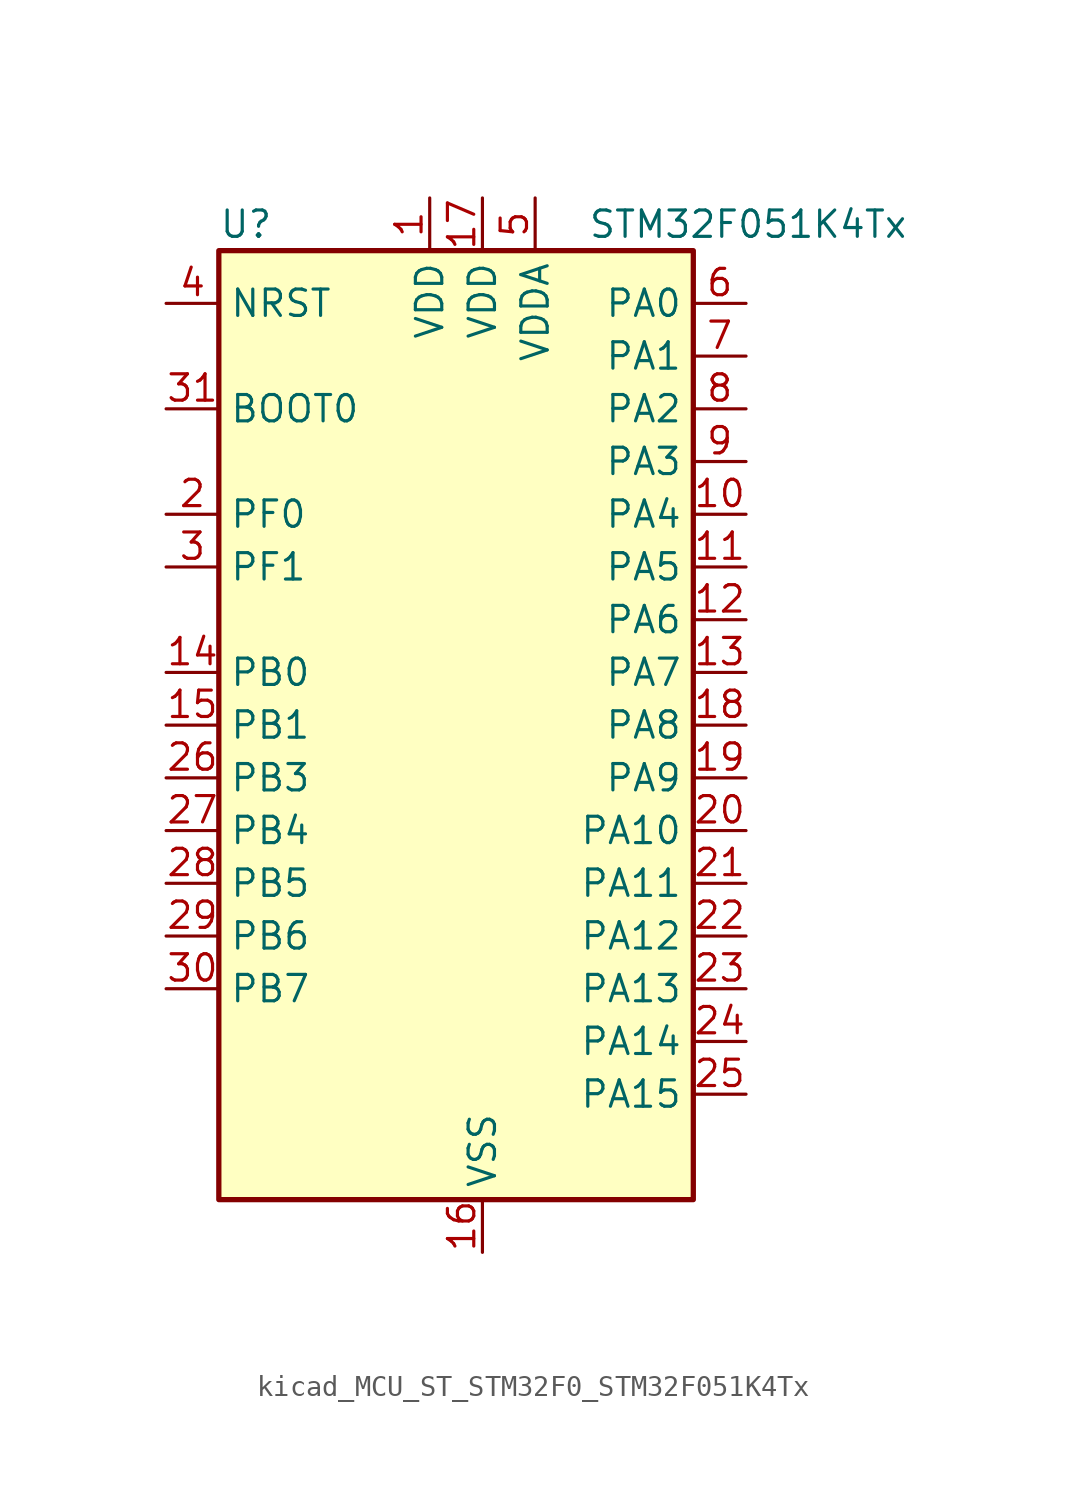
<source format=kicad_sym>
(kicad_symbol_lib
  (version 20220914)
  (generator kicad_symbol_editor)
  (symbol "kicad_MCU_ST_STM32F0_STM32F051K4Tx"
    (property "Reference" "U"
      (at -10.16 24.13 0)
      (effects (font (size 1.27 1.27)) (justify left)))
    (property "Value" "STM32F051K4Tx"
      (at 7.62 24.13 0)
      (effects (font (size 1.27 1.27)) (justify left)))
    (property "ki_locked" ""
      (at 0 0 0)
      (effects (font (size 1.27 1.27))))
    (symbol "kicad_MCU_ST_STM32F0_STM32F051K4Tx_0_1"
      (rectangle (start -10.16 -22.86) (end 12.7 22.86) (stroke (width 0.254) (type default)) (fill (type background))))
    (symbol "kicad_MCU_ST_STM32F0_STM32F051K4Tx_1_1"
      (pin power_in line (at 0 25.4 270) (length 2.54) (name "VDD" (effects (font (size 1.27 1.27)))) (number "1" (effects (font (size 1.27 1.27)))))
      (pin bidirectional line (at 15.24 10.16 180) (length 2.54) (name "PA4" (effects (font (size 1.27 1.27)))) (number "10" (effects (font (size 1.27 1.27)))) (alternate "ADC_IN4" bidirectional line) (alternate "COMP1_INM" bidirectional line) (alternate "COMP2_INM" bidirectional line) (alternate "DAC1_OUT1" bidirectional line) (alternate "I2S1_WS" bidirectional line) (alternate "SPI1_NSS" bidirectional line) (alternate "TIM14_CH1" bidirectional line) (alternate "TSC_G2_IO1" bidirectional line))
      (pin bidirectional line (at 15.24 7.62 180) (length 2.54) (name "PA5" (effects (font (size 1.27 1.27)))) (number "11" (effects (font (size 1.27 1.27)))) (alternate "ADC_IN5" bidirectional line) (alternate "CEC" bidirectional line) (alternate "COMP1_INM" bidirectional line) (alternate "COMP2_INM" bidirectional line) (alternate "I2S1_CK" bidirectional line) (alternate "SPI1_SCK" bidirectional line) (alternate "TIM2_CH1" bidirectional line) (alternate "TIM2_ETR" bidirectional line) (alternate "TSC_G2_IO2" bidirectional line))
      (pin bidirectional line (at 15.24 5.08 180) (length 2.54) (name "PA6" (effects (font (size 1.27 1.27)))) (number "12" (effects (font (size 1.27 1.27)))) (alternate "ADC_IN6" bidirectional line) (alternate "COMP1_OUT" bidirectional line) (alternate "I2S1_MCK" bidirectional line) (alternate "SPI1_MISO" bidirectional line) (alternate "TIM16_CH1" bidirectional line) (alternate "TIM1_BKIN" bidirectional line) (alternate "TIM3_CH1" bidirectional line) (alternate "TSC_G2_IO3" bidirectional line))
      (pin bidirectional line (at 15.24 2.54 180) (length 2.54) (name "PA7" (effects (font (size 1.27 1.27)))) (number "13" (effects (font (size 1.27 1.27)))) (alternate "ADC_IN7" bidirectional line) (alternate "COMP2_OUT" bidirectional line) (alternate "I2S1_SD" bidirectional line) (alternate "SPI1_MOSI" bidirectional line) (alternate "TIM14_CH1" bidirectional line) (alternate "TIM17_CH1" bidirectional line) (alternate "TIM1_CH1N" bidirectional line) (alternate "TIM3_CH2" bidirectional line) (alternate "TSC_G2_IO4" bidirectional line))
      (pin bidirectional line (at -12.7 2.54 0) (length 2.54) (name "PB0" (effects (font (size 1.27 1.27)))) (number "14" (effects (font (size 1.27 1.27)))) (alternate "ADC_IN8" bidirectional line) (alternate "TIM1_CH2N" bidirectional line) (alternate "TIM3_CH3" bidirectional line) (alternate "TSC_G3_IO2" bidirectional line))
      (pin bidirectional line (at -12.7 0 0) (length 2.54) (name "PB1" (effects (font (size 1.27 1.27)))) (number "15" (effects (font (size 1.27 1.27)))) (alternate "ADC_IN9" bidirectional line) (alternate "TIM14_CH1" bidirectional line) (alternate "TIM1_CH3N" bidirectional line) (alternate "TIM3_CH4" bidirectional line) (alternate "TSC_G3_IO3" bidirectional line))
      (pin power_in line (at 2.54 -25.4 90) (length 2.54) (name "VSS" (effects (font (size 1.27 1.27)))) (number "16" (effects (font (size 1.27 1.27)))))
      (pin power_in line (at 2.54 25.4 270) (length 2.54) (name "VDD" (effects (font (size 1.27 1.27)))) (number "17" (effects (font (size 1.27 1.27)))))
      (pin bidirectional line (at 15.24 0 180) (length 2.54) (name "PA8" (effects (font (size 1.27 1.27)))) (number "18" (effects (font (size 1.27 1.27)))) (alternate "RCC_MCO" bidirectional line) (alternate "TIM1_CH1" bidirectional line) (alternate "USART1_CK" bidirectional line))
      (pin bidirectional line (at 15.24 -2.54 180) (length 2.54) (name "PA9" (effects (font (size 1.27 1.27)))) (number "19" (effects (font (size 1.27 1.27)))) (alternate "DAC1_EXTI9" bidirectional line) (alternate "TIM15_BKIN" bidirectional line) (alternate "TIM1_CH2" bidirectional line) (alternate "TSC_G4_IO1" bidirectional line) (alternate "USART1_TX" bidirectional line))
      (pin bidirectional line (at -12.7 10.16 0) (length 2.54) (name "PF0" (effects (font (size 1.27 1.27)))) (number "2" (effects (font (size 1.27 1.27)))) (alternate "RCC_OSC_IN" bidirectional line))
      (pin bidirectional line (at 15.24 -5.08 180) (length 2.54) (name "PA10" (effects (font (size 1.27 1.27)))) (number "20" (effects (font (size 1.27 1.27)))) (alternate "TIM17_BKIN" bidirectional line) (alternate "TIM1_CH3" bidirectional line) (alternate "TSC_G4_IO2" bidirectional line) (alternate "USART1_RX" bidirectional line))
      (pin bidirectional line (at 15.24 -7.62 180) (length 2.54) (name "PA11" (effects (font (size 1.27 1.27)))) (number "21" (effects (font (size 1.27 1.27)))) (alternate "COMP1_OUT" bidirectional line) (alternate "TIM1_CH4" bidirectional line) (alternate "TSC_G4_IO3" bidirectional line) (alternate "USART1_CTS" bidirectional line))
      (pin bidirectional line (at 15.24 -10.16 180) (length 2.54) (name "PA12" (effects (font (size 1.27 1.27)))) (number "22" (effects (font (size 1.27 1.27)))) (alternate "COMP2_OUT" bidirectional line) (alternate "TIM1_ETR" bidirectional line) (alternate "TSC_G4_IO4" bidirectional line) (alternate "USART1_DE" bidirectional line) (alternate "USART1_RTS" bidirectional line))
      (pin bidirectional line (at 15.24 -12.7 180) (length 2.54) (name "PA13" (effects (font (size 1.27 1.27)))) (number "23" (effects (font (size 1.27 1.27)))) (alternate "IR_OUT" bidirectional line) (alternate "SYS_SWDIO" bidirectional line))
      (pin bidirectional line (at 15.24 -15.24 180) (length 2.54) (name "PA14" (effects (font (size 1.27 1.27)))) (number "24" (effects (font (size 1.27 1.27)))) (alternate "SYS_SWCLK" bidirectional line))
      (pin bidirectional line (at 15.24 -17.78 180) (length 2.54) (name "PA15" (effects (font (size 1.27 1.27)))) (number "25" (effects (font (size 1.27 1.27)))) (alternate "I2S1_WS" bidirectional line) (alternate "SPI1_NSS" bidirectional line) (alternate "TIM2_CH1" bidirectional line) (alternate "TIM2_ETR" bidirectional line))
      (pin bidirectional line (at -12.7 -2.54 0) (length 2.54) (name "PB3" (effects (font (size 1.27 1.27)))) (number "26" (effects (font (size 1.27 1.27)))) (alternate "I2S1_CK" bidirectional line) (alternate "SPI1_SCK" bidirectional line) (alternate "TIM2_CH2" bidirectional line) (alternate "TSC_G5_IO1" bidirectional line))
      (pin bidirectional line (at -12.7 -5.08 0) (length 2.54) (name "PB4" (effects (font (size 1.27 1.27)))) (number "27" (effects (font (size 1.27 1.27)))) (alternate "I2S1_MCK" bidirectional line) (alternate "SPI1_MISO" bidirectional line) (alternate "TIM3_CH1" bidirectional line) (alternate "TSC_G5_IO2" bidirectional line))
      (pin bidirectional line (at -12.7 -7.62 0) (length 2.54) (name "PB5" (effects (font (size 1.27 1.27)))) (number "28" (effects (font (size 1.27 1.27)))) (alternate "I2C1_SMBA" bidirectional line) (alternate "I2S1_SD" bidirectional line) (alternate "SPI1_MOSI" bidirectional line) (alternate "TIM16_BKIN" bidirectional line) (alternate "TIM3_CH2" bidirectional line))
      (pin bidirectional line (at -12.7 -10.16 0) (length 2.54) (name "PB6" (effects (font (size 1.27 1.27)))) (number "29" (effects (font (size 1.27 1.27)))) (alternate "I2C1_SCL" bidirectional line) (alternate "TIM16_CH1N" bidirectional line) (alternate "TSC_G5_IO3" bidirectional line) (alternate "USART1_TX" bidirectional line))
      (pin bidirectional line (at -12.7 7.62 0) (length 2.54) (name "PF1" (effects (font (size 1.27 1.27)))) (number "3" (effects (font (size 1.27 1.27)))) (alternate "RCC_OSC_OUT" bidirectional line))
      (pin bidirectional line (at -12.7 -12.7 0) (length 2.54) (name "PB7" (effects (font (size 1.27 1.27)))) (number "30" (effects (font (size 1.27 1.27)))) (alternate "I2C1_SDA" bidirectional line) (alternate "TIM17_CH1N" bidirectional line) (alternate "TSC_G5_IO4" bidirectional line) (alternate "USART1_RX" bidirectional line))
      (pin input line (at -12.7 15.24 0) (length 2.54) (name "BOOT0" (effects (font (size 1.27 1.27)))) (number "31" (effects (font (size 1.27 1.27)))))
      (pin passive line (at 2.54 -25.4 90) (length 2.54) hide (name "VSS" (effects (font (size 1.27 1.27)))) (number "32" (effects (font (size 1.27 1.27)))))
      (pin input line (at -12.7 20.32 0) (length 2.54) (name "NRST" (effects (font (size 1.27 1.27)))) (number "4" (effects (font (size 1.27 1.27)))))
      (pin power_in line (at 5.08 25.4 270) (length 2.54) (name "VDDA" (effects (font (size 1.27 1.27)))) (number "5" (effects (font (size 1.27 1.27)))))
      (pin bidirectional line (at 15.24 20.32 180) (length 2.54) (name "PA0" (effects (font (size 1.27 1.27)))) (number "6" (effects (font (size 1.27 1.27)))) (alternate "ADC_IN0" bidirectional line) (alternate "COMP1_INM" bidirectional line) (alternate "COMP1_OUT" bidirectional line) (alternate "RTC_TAMP2" bidirectional line) (alternate "SYS_WKUP1" bidirectional line) (alternate "TIM2_CH1" bidirectional line) (alternate "TIM2_ETR" bidirectional line) (alternate "TSC_G1_IO1" bidirectional line))
      (pin bidirectional line (at 15.24 17.78 180) (length 2.54) (name "PA1" (effects (font (size 1.27 1.27)))) (number "7" (effects (font (size 1.27 1.27)))) (alternate "ADC_IN1" bidirectional line) (alternate "COMP1_INP" bidirectional line) (alternate "TIM2_CH2" bidirectional line) (alternate "TSC_G1_IO2" bidirectional line))
      (pin bidirectional line (at 15.24 15.24 180) (length 2.54) (name "PA2" (effects (font (size 1.27 1.27)))) (number "8" (effects (font (size 1.27 1.27)))) (alternate "ADC_IN2" bidirectional line) (alternate "COMP2_INM" bidirectional line) (alternate "COMP2_OUT" bidirectional line) (alternate "TIM15_CH1" bidirectional line) (alternate "TIM2_CH3" bidirectional line) (alternate "TSC_G1_IO3" bidirectional line))
      (pin bidirectional line (at 15.24 12.7 180) (length 2.54) (name "PA3" (effects (font (size 1.27 1.27)))) (number "9" (effects (font (size 1.27 1.27)))) (alternate "ADC_IN3" bidirectional line) (alternate "COMP2_INP" bidirectional line) (alternate "TIM15_CH2" bidirectional line) (alternate "TIM2_CH4" bidirectional line) (alternate "TSC_G1_IO4" bidirectional line)))))
</source>
